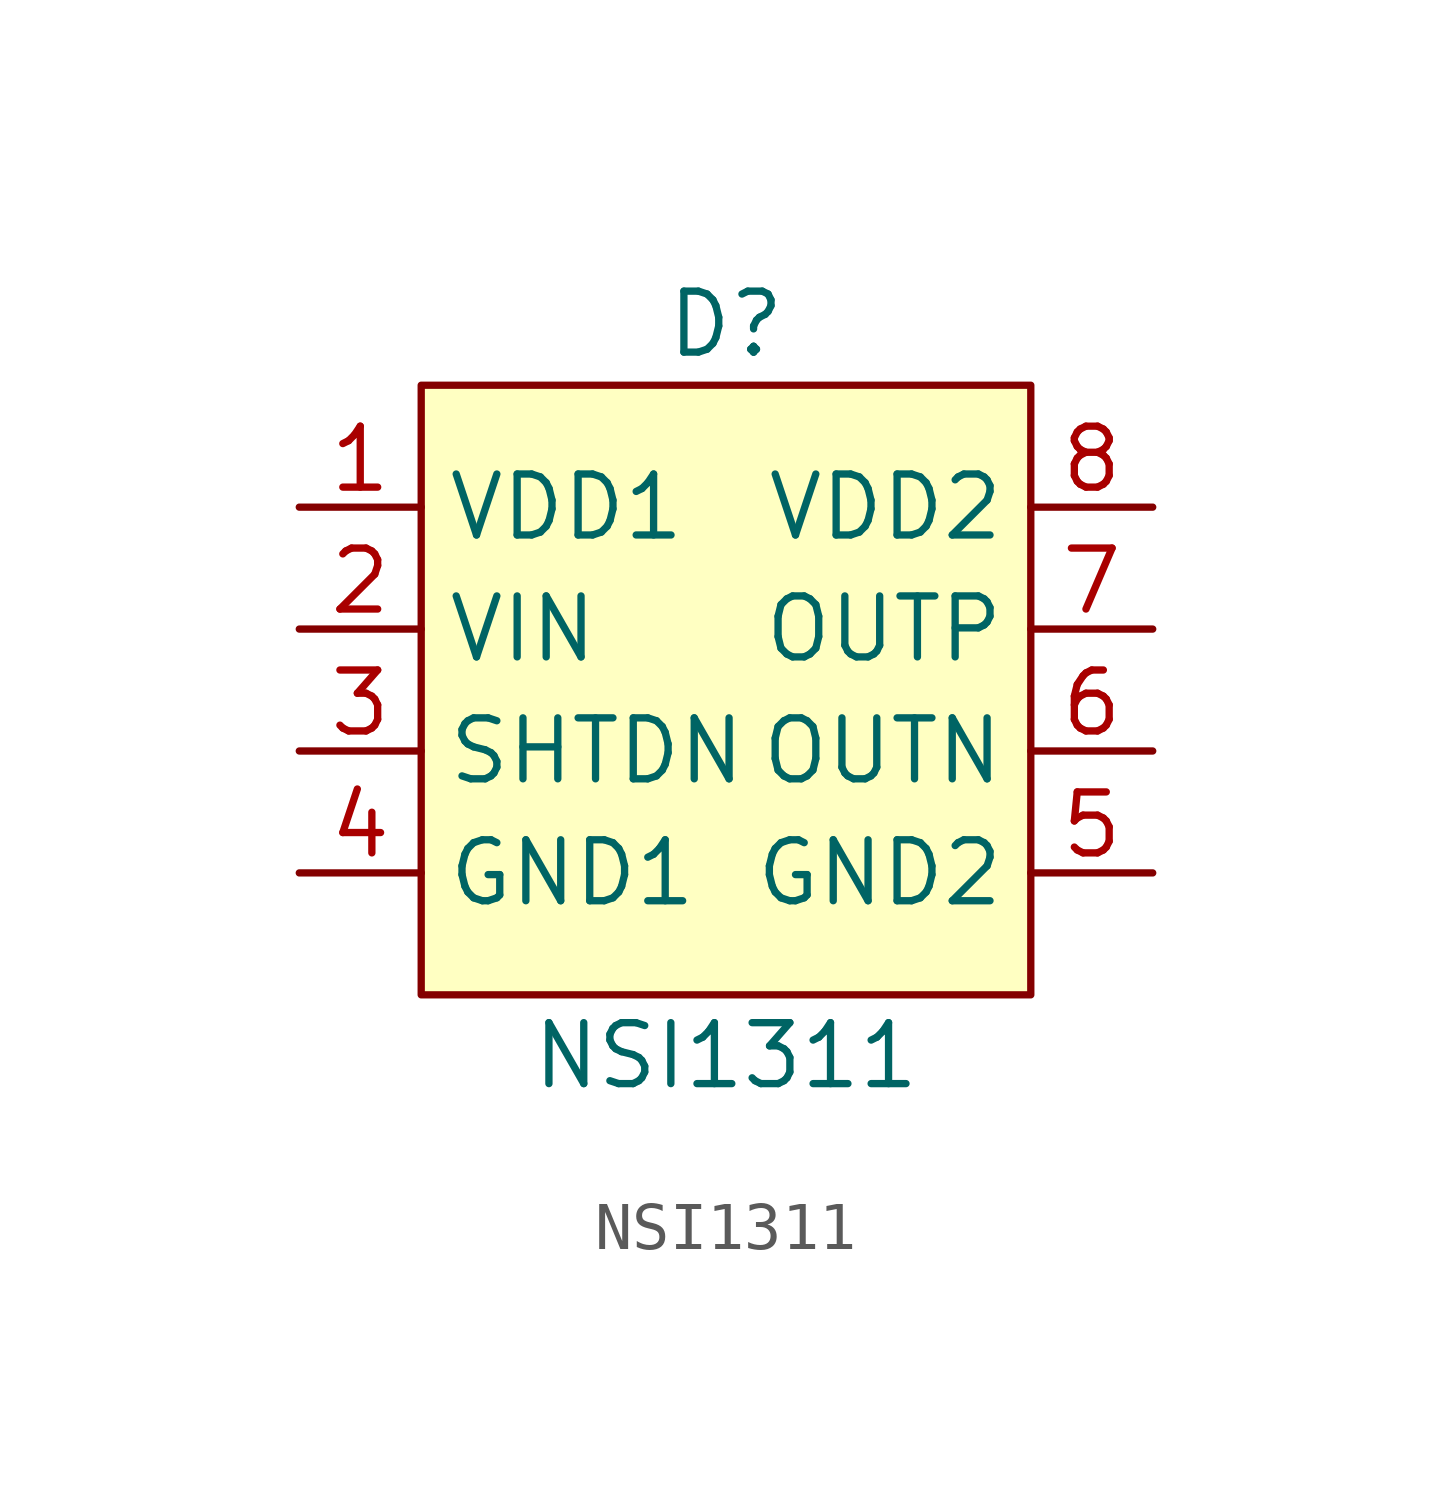
<source format=kicad_sym>
(kicad_symbol_lib
  (version 20231120)
  (generator "kicad_symbol_editor")
  (generator_version "8.0")
  (symbol "NSI1311"
    (property "Reference" "D"
      (at 0 3.81 0)
      (effects (font (size 1.27 1.27))))
    (property "Value" "NSI1311"
      (at 0 -11.43 0)
      (effects (font (size 1.27 1.27))))
    (symbol "NSI1311_1_1"
      (rectangle (start -6.35 2.54) (end 6.35 -10.16) (stroke (width 0) (type default)) (fill (type background)))
      (pin input line (at -8.89 0 0) (length 2.54) (name "VDD1" (effects (font (size 1.27 1.27)))) (number "1" (effects (font (size 1.27 1.27)))))
      (pin input line (at -8.89 -2.54 0) (length 2.54) (name "VIN" (effects (font (size 1.27 1.27)))) (number "2" (effects (font (size 1.27 1.27)))))
      (pin input line (at -8.89 -5.08 0) (length 2.54) (name "SHTDN" (effects (font (size 1.27 1.27)))) (number "3" (effects (font (size 1.27 1.27)))))
      (pin input line (at -8.89 -7.62 0) (length 2.54) (name "GND1" (effects (font (size 1.27 1.27)))) (number "4" (effects (font (size 1.27 1.27)))))
      (pin input line (at 8.89 -7.62 180) (length 2.54) (name "GND2" (effects (font (size 1.27 1.27)))) (number "5" (effects (font (size 1.27 1.27)))))
      (pin input line (at 8.89 -5.08 180) (length 2.54) (name "OUTN" (effects (font (size 1.27 1.27)))) (number "6" (effects (font (size 1.27 1.27)))))
      (pin input line (at 8.89 -2.54 180) (length 2.54) (name "OUTP" (effects (font (size 1.27 1.27)))) (number "7" (effects (font (size 1.27 1.27)))))
      (pin input line (at 8.89 0 180) (length 2.54) (name "VDD2" (effects (font (size 1.27 1.27)))) (number "8" (effects (font (size 1.27 1.27))))))))
</source>
